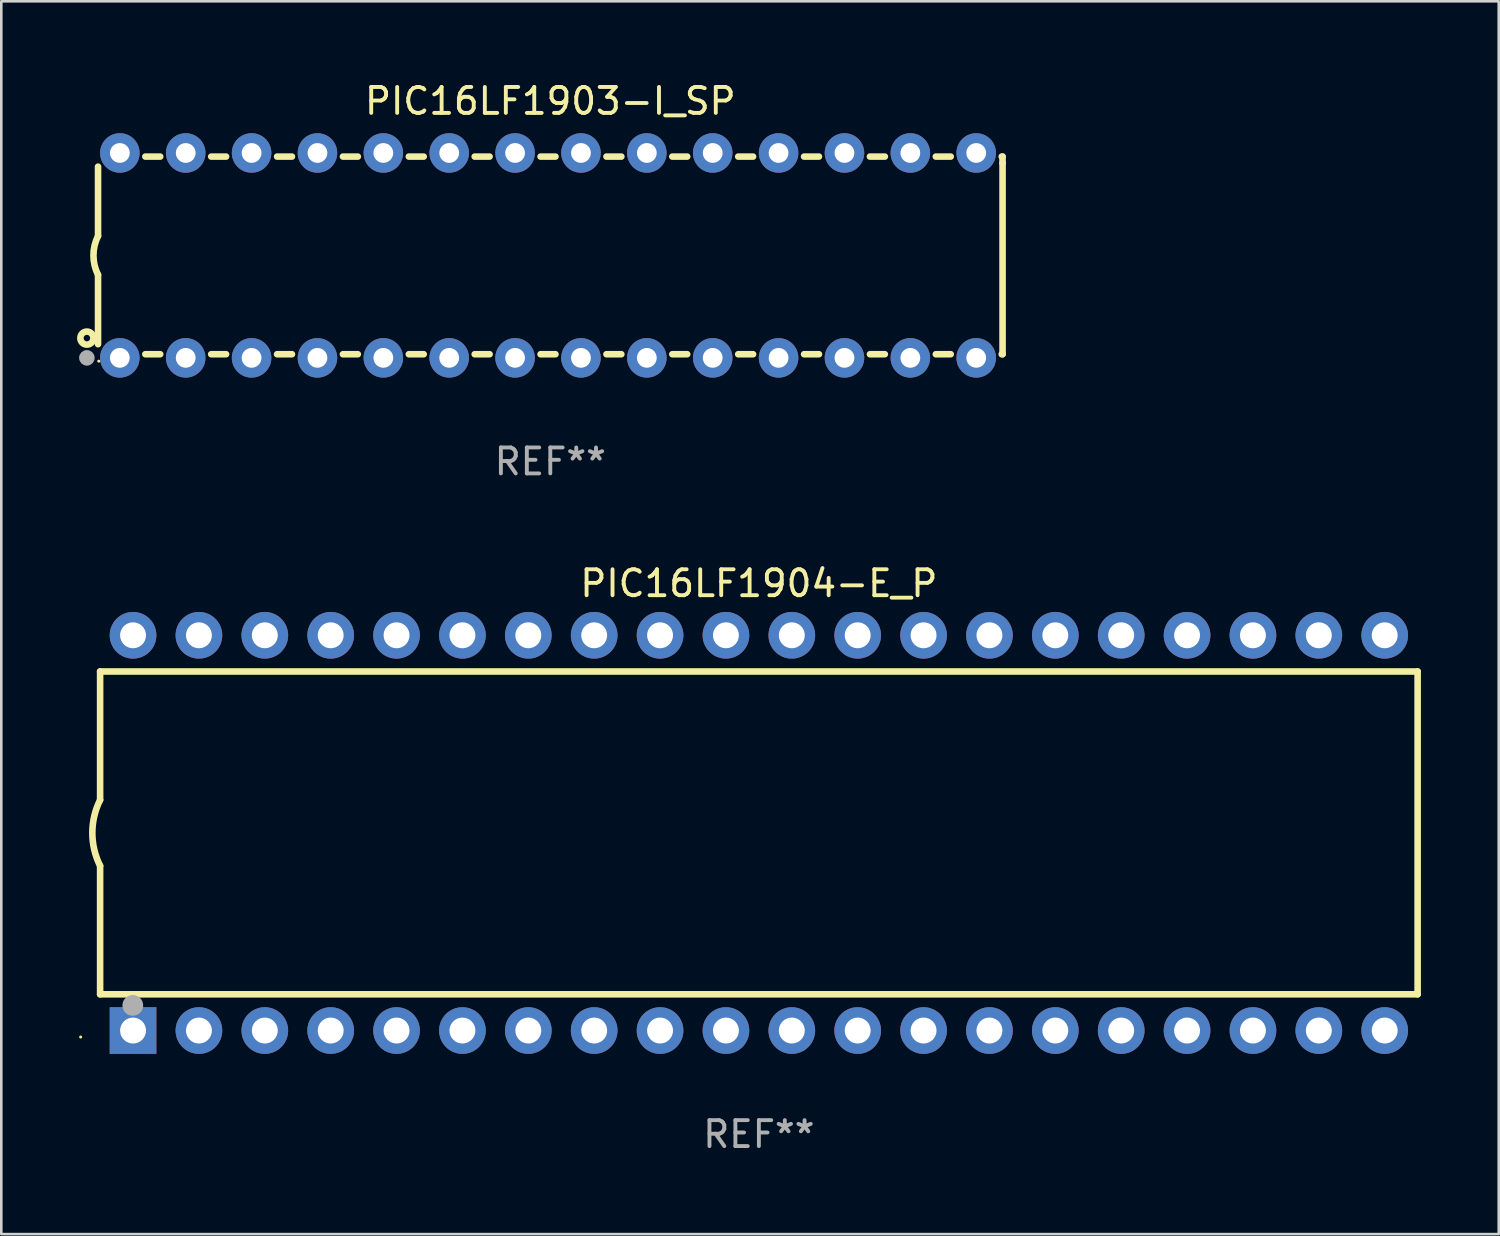
<source format=kicad_pcb>
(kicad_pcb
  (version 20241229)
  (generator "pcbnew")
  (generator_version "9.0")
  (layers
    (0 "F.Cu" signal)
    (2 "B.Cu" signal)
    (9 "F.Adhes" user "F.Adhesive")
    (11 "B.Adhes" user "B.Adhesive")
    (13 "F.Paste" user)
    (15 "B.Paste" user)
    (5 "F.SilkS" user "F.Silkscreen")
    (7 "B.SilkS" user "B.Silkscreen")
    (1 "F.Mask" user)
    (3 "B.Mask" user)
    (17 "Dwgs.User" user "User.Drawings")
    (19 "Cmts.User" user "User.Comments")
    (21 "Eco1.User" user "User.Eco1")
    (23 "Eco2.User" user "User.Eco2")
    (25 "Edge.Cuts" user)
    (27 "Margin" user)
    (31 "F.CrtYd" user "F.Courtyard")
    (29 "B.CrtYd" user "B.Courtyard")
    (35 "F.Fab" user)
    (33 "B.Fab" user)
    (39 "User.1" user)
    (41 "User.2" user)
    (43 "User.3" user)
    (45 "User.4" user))
  (footprint "PIC16LF1904-E_P"
    (layer "F.Cu")
    (at 26.21 29.065)
    (property "Reference" "PIC16LF1904-E_P" (at 0 -9.62 0) (layer "F.SilkS") (effects (font (size 1 1) (thickness 0.15))))
    (attr through_hole)
    (fp_line (start -25.4 -6.224) (end -25.4 -1.271) (stroke (width 0.254) (type solid)) (layer "F.SilkS"))
    (fp_line (start -25.4 -6.224) (end 25.4 -6.224) (stroke (width 0.254) (type solid)) (layer "F.SilkS"))
    (fp_line (start -25.4 1.269) (end -25.4 6.222) (stroke (width 0.254) (type solid)) (layer "F.SilkS"))
    (fp_line (start -25.4 6.222) (end 25.4 6.222) (stroke (width 0.254) (type solid)) (layer "F.SilkS"))
    (fp_line (start 25.4 6.222) (end 25.4 -6.224) (stroke (width 0.254) (type solid)) (layer "F.SilkS"))
    (fp_arc (start -25.4 1.269241) (mid -25.699807 -0.000762) (end -25.4 -1.270765) (stroke (width 0.254001) (type solid)) (layer "F.SilkS"))
    (fp_circle (center -26.15 7.87) (end -26.12 7.87) (stroke (width 0.06) (type solid)) (fill no) (layer "F.SilkS"))
    (fp_circle (center -24.14 6.65) (end -23.94 6.65) (stroke (width 0.4) (type solid)) (fill no) (layer "F.Fab"))
    (fp_text user "REF**" (at 0 11.62 0) (layer "F.Fab") (effects (font (size 1 1) (thickness 0.15))))
    (pad "1" thru_hole rect (at -24.13 7.62 90) (size 1.8 1.8) (drill 1) (layers "*.Cu" "*.Mask"))
    (pad "2" thru_hole circle (at -21.59 7.62) (size 1.8 1.8) (drill 1) (layers "*.Cu" "*.Mask"))
    (pad "3" thru_hole circle (at -19.05 7.62) (size 1.8 1.8) (drill 1) (layers "*.Cu" "*.Mask"))
    (pad "4" thru_hole circle (at -16.51 7.62) (size 1.8 1.8) (drill 1) (layers "*.Cu" "*.Mask"))
    (pad "5" thru_hole circle (at -13.97 7.62) (size 1.8 1.8) (drill 1) (layers "*.Cu" "*.Mask"))
    (pad "6" thru_hole circle (at -11.43 7.62) (size 1.8 1.8) (drill 1) (layers "*.Cu" "*.Mask"))
    (pad "7" thru_hole circle (at -8.89 7.62) (size 1.8 1.8) (drill 1) (layers "*.Cu" "*.Mask"))
    (pad "8" thru_hole circle (at -6.35 7.62) (size 1.8 1.8) (drill 1) (layers "*.Cu" "*.Mask"))
    (pad "9" thru_hole circle (at -3.81 7.62) (size 1.8 1.8) (drill 1) (layers "*.Cu" "*.Mask"))
    (pad "10" thru_hole circle (at -1.27 7.62) (size 1.8 1.8) (drill 1) (layers "*.Cu" "*.Mask"))
    (pad "11" thru_hole circle (at 1.27 7.62) (size 1.8 1.8) (drill 1) (layers "*.Cu" "*.Mask"))
    (pad "12" thru_hole circle (at 3.81 7.62) (size 1.8 1.8) (drill 1) (layers "*.Cu" "*.Mask"))
    (pad "13" thru_hole circle (at 6.35 7.62) (size 1.8 1.8) (drill 1) (layers "*.Cu" "*.Mask"))
    (pad "14" thru_hole circle (at 8.89 7.62) (size 1.8 1.8) (drill 1) (layers "*.Cu" "*.Mask"))
    (pad "15" thru_hole circle (at 11.43 7.62) (size 1.8 1.8) (drill 1) (layers "*.Cu" "*.Mask"))
    (pad "16" thru_hole circle (at 13.97 7.62) (size 1.8 1.8) (drill 1) (layers "*.Cu" "*.Mask"))
    (pad "17" thru_hole circle (at 16.51 7.62) (size 1.8 1.8) (drill 1) (layers "*.Cu" "*.Mask"))
    (pad "18" thru_hole circle (at 19.05 7.62) (size 1.8 1.8) (drill 1) (layers "*.Cu" "*.Mask"))
    (pad "19" thru_hole circle (at 21.59 7.62) (size 1.8 1.8) (drill 1) (layers "*.Cu" "*.Mask"))
    (pad "20" thru_hole circle (at 24.13 7.62) (size 1.8 1.8) (drill 1) (layers "*.Cu" "*.Mask"))
    (pad "21" thru_hole circle (at 24.13 -7.62) (size 1.8 1.8) (drill 1) (layers "*.Cu" "*.Mask"))
    (pad "22" thru_hole circle (at 21.59 -7.62) (size 1.8 1.8) (drill 1) (layers "*.Cu" "*.Mask"))
    (pad "23" thru_hole circle (at 19.05 -7.62) (size 1.8 1.8) (drill 1) (layers "*.Cu" "*.Mask"))
    (pad "24" thru_hole circle (at 16.51 -7.62) (size 1.8 1.8) (drill 1) (layers "*.Cu" "*.Mask"))
    (pad "25" thru_hole circle (at 13.97 -7.62) (size 1.8 1.8) (drill 1) (layers "*.Cu" "*.Mask"))
    (pad "26" thru_hole circle (at 11.43 -7.62) (size 1.8 1.8) (drill 1) (layers "*.Cu" "*.Mask"))
    (pad "27" thru_hole circle (at 8.89 -7.62) (size 1.8 1.8) (drill 1) (layers "*.Cu" "*.Mask"))
    (pad "28" thru_hole circle (at 6.35 -7.62) (size 1.8 1.8) (drill 1) (layers "*.Cu" "*.Mask"))
    (pad "29" thru_hole circle (at 3.81 -7.62) (size 1.8 1.8) (drill 1) (layers "*.Cu" "*.Mask"))
    (pad "30" thru_hole circle (at 1.27 -7.62) (size 1.8 1.8) (drill 1) (layers "*.Cu" "*.Mask"))
    (pad "31" thru_hole circle (at -1.27 -7.62) (size 1.8 1.8) (drill 1) (layers "*.Cu" "*.Mask"))
    (pad "32" thru_hole circle (at -3.81 -7.62) (size 1.8 1.8) (drill 1) (layers "*.Cu" "*.Mask"))
    (pad "33" thru_hole circle (at -6.35 -7.62) (size 1.8 1.8) (drill 1) (layers "*.Cu" "*.Mask"))
    (pad "34" thru_hole circle (at -8.89 -7.62) (size 1.8 1.8) (drill 1) (layers "*.Cu" "*.Mask"))
    (pad "35" thru_hole circle (at -11.43 -7.62) (size 1.8 1.8) (drill 1) (layers "*.Cu" "*.Mask"))
    (pad "36" thru_hole circle (at -13.97 -7.62) (size 1.8 1.8) (drill 1) (layers "*.Cu" "*.Mask"))
    (pad "37" thru_hole circle (at -16.51 -7.62) (size 1.8 1.8) (drill 1) (layers "*.Cu" "*.Mask"))
    (pad "38" thru_hole circle (at -19.05 -7.62) (size 1.8 1.8) (drill 1) (layers "*.Cu" "*.Mask"))
    (pad "39" thru_hole circle (at -21.59 -7.62) (size 1.8 1.8) (drill 1) (layers "*.Cu" "*.Mask"))
    (pad "40" thru_hole circle (at -24.13 -7.62) (size 1.8 1.8) (drill 1) (layers "*.Cu" "*.Mask")))
  (footprint "PIC16LF1903-I_SP"
    (layer "F.Cu")
    (at 18.168 6.798)
    (property "Reference" "PIC16LF1903-I_SP" (at 0 -5.95 0) (layer "F.SilkS") (effects (font (size 1 1) (thickness 0.15))))
    (attr through_hole)
    (fp_line (start -17.438 0.75) (end -17.438 3.423) (stroke (width 0.254) (type solid)) (layer "F.SilkS"))
    (fp_line (start -17.438 -3.423) (end -17.438 -0.75) (stroke (width 0.254) (type solid)) (layer "F.SilkS"))
    (fp_line (start -15.615 3.81) (end -15.041 3.81) (stroke (width 0.254) (type solid)) (layer "F.SilkS"))
    (fp_line (start -15.041 -3.81) (end -15.614 -3.81) (stroke (width 0.254) (type solid)) (layer "F.SilkS"))
    (fp_line (start -13.075 3.81) (end -12.501 3.81) (stroke (width 0.254) (type solid)) (layer "F.SilkS"))
    (fp_line (start -12.501 -3.81) (end -13.074 -3.81) (stroke (width 0.254) (type solid)) (layer "F.SilkS"))
    (fp_line (start -10.535 3.81) (end -9.961 3.81) (stroke (width 0.254) (type solid)) (layer "F.SilkS"))
    (fp_line (start -9.961 -3.81) (end -10.534 -3.81) (stroke (width 0.254) (type solid)) (layer "F.SilkS"))
    (fp_line (start -7.995 3.81) (end -7.421 3.81) (stroke (width 0.254) (type solid)) (layer "F.SilkS"))
    (fp_line (start -7.421 -3.81) (end -7.995 -3.81) (stroke (width 0.254) (type solid)) (layer "F.SilkS"))
    (fp_line (start -5.455 3.81) (end -4.881 3.81) (stroke (width 0.254) (type solid)) (layer "F.SilkS"))
    (fp_line (start -4.881 -3.81) (end -5.455 -3.81) (stroke (width 0.254) (type solid)) (layer "F.SilkS"))
    (fp_line (start -2.915 3.81) (end -2.341 3.81) (stroke (width 0.254) (type solid)) (layer "F.SilkS"))
    (fp_line (start -2.341 -3.81) (end -2.915 -3.81) (stroke (width 0.254) (type solid)) (layer "F.SilkS"))
    (fp_line (start -0.375 3.81) (end 0.199 3.81) (stroke (width 0.254) (type solid)) (layer "F.SilkS"))
    (fp_line (start 0.199 -3.81) (end -0.375 -3.81) (stroke (width 0.254) (type solid)) (layer "F.SilkS"))
    (fp_line (start 2.165 3.81) (end 2.739 3.81) (stroke (width 0.254) (type solid)) (layer "F.SilkS"))
    (fp_line (start 2.739 -3.81) (end 2.165 -3.81) (stroke (width 0.254) (type solid)) (layer "F.SilkS"))
    (fp_line (start 4.705 3.81) (end 5.279 3.81) (stroke (width 0.254) (type solid)) (layer "F.SilkS"))
    (fp_line (start 5.279 -3.81) (end 4.705 -3.81) (stroke (width 0.254) (type solid)) (layer "F.SilkS"))
    (fp_line (start 7.245 3.81) (end 7.819 3.81) (stroke (width 0.254) (type solid)) (layer "F.SilkS"))
    (fp_line (start 7.819 -3.81) (end 7.245 -3.81) (stroke (width 0.254) (type solid)) (layer "F.SilkS"))
    (fp_line (start 9.785 3.81) (end 10.359 3.81) (stroke (width 0.254) (type solid)) (layer "F.SilkS"))
    (fp_line (start 10.359 -3.81) (end 9.785 -3.81) (stroke (width 0.254) (type solid)) (layer "F.SilkS"))
    (fp_line (start 12.325 3.81) (end 12.899 3.81) (stroke (width 0.254) (type solid)) (layer "F.SilkS"))
    (fp_line (start 12.899 -3.81) (end 12.325 -3.81) (stroke (width 0.254) (type solid)) (layer "F.SilkS"))
    (fp_line (start 14.865 3.81) (end 15.439 3.81) (stroke (width 0.254) (type solid)) (layer "F.SilkS"))
    (fp_line (start 15.439 -3.81) (end 14.865 -3.81) (stroke (width 0.254) (type solid)) (layer "F.SilkS"))
    (fp_line (start 17.405 3.81) (end 17.438 3.81) (stroke (width 0.254) (type solid)) (layer "F.SilkS"))
    (fp_line (start 17.438 -3.81) (end 17.405 -3.81) (stroke (width 0.254) (type solid)) (layer "F.SilkS"))
    (fp_line (start 17.438 -3.556) (end 17.438 -3.81) (stroke (width 0.254) (type solid)) (layer "F.SilkS"))
    (fp_line (start 17.438 3.81) (end 17.438 -3.556) (stroke (width 0.254) (type solid)) (layer "F.SilkS"))
    (fp_arc (start -17.437986 0.749657) (mid -17.614887 -0.000024) (end -17.437783 -0.749657) (stroke (width 0.254001) (type solid)) (layer "F.SilkS"))
    (fp_circle (center -17.868 3.188) (end -17.743 3.188) (stroke (width 0.254) (type solid)) (fill no) (layer "F.SilkS"))
    (fp_circle (center -17.411 4.077) (end -17.381 4.077) (stroke (width 0.06) (type solid)) (fill no) (layer "F.SilkS"))
    (fp_circle (center -17.868 3.95) (end -17.718 3.95) (stroke (width 0.3) (type solid)) (fill no) (layer "F.Fab"))
    (fp_text user "REF**" (at 0 7.95 0) (layer "F.Fab") (effects (font (size 1 1) (thickness 0.15))))
    (pad "1" thru_hole circle (at -16.598 3.95) (size 1.524 1.524) (drill 0.762) (layers "*.Cu" "*.Mask"))
    (pad "2" thru_hole circle (at -14.058 3.95) (size 1.524 1.524) (drill 0.762) (layers "*.Cu" "*.Mask"))
    (pad "3" thru_hole circle (at -11.518 3.95) (size 1.524 1.524) (drill 0.762) (layers "*.Cu" "*.Mask"))
    (pad "4" thru_hole circle (at -8.978 3.95) (size 1.524 1.524) (drill 0.762) (layers "*.Cu" "*.Mask"))
    (pad "5" thru_hole circle (at -6.438 3.95) (size 1.524 1.524) (drill 0.762) (layers "*.Cu" "*.Mask"))
    (pad "6" thru_hole circle (at -3.898 3.95) (size 1.524 1.524) (drill 0.762) (layers "*.Cu" "*.Mask"))
    (pad "7" thru_hole circle (at -1.358 3.95) (size 1.524 1.524) (drill 0.762) (layers "*.Cu" "*.Mask"))
    (pad "8" thru_hole circle (at 1.182 3.95) (size 1.524 1.524) (drill 0.762) (layers "*.Cu" "*.Mask"))
    (pad "9" thru_hole circle (at 3.722 3.95) (size 1.524 1.524) (drill 0.762) (layers "*.Cu" "*.Mask"))
    (pad "10" thru_hole circle (at 6.262 3.95) (size 1.524 1.524) (drill 0.762) (layers "*.Cu" "*.Mask"))
    (pad "11" thru_hole circle (at 8.802 3.95) (size 1.524 1.524) (drill 0.762) (layers "*.Cu" "*.Mask"))
    (pad "12" thru_hole circle (at 11.342 3.95) (size 1.524 1.524) (drill 0.762) (layers "*.Cu" "*.Mask"))
    (pad "13" thru_hole circle (at 13.882 3.95) (size 1.524 1.524) (drill 0.762) (layers "*.Cu" "*.Mask"))
    (pad "14" thru_hole circle (at 16.422 3.95) (size 1.524 1.524) (drill 0.762) (layers "*.Cu" "*.Mask"))
    (pad "15" thru_hole circle (at 16.422 -3.95) (size 1.524 1.524) (drill 0.762) (layers "*.Cu" "*.Mask"))
    (pad "16" thru_hole circle (at 13.882 -3.95) (size 1.524 1.524) (drill 0.762) (layers "*.Cu" "*.Mask"))
    (pad "17" thru_hole circle (at 11.342 -3.95) (size 1.524 1.524) (drill 0.762) (layers "*.Cu" "*.Mask"))
    (pad "18" thru_hole circle (at 8.802 -3.95) (size 1.524 1.524) (drill 0.762) (layers "*.Cu" "*.Mask"))
    (pad "19" thru_hole circle (at 6.262 -3.95) (size 1.524 1.524) (drill 0.762) (layers "*.Cu" "*.Mask"))
    (pad "20" thru_hole circle (at 3.722 -3.95) (size 1.524 1.524) (drill 0.762) (layers "*.Cu" "*.Mask"))
    (pad "21" thru_hole circle (at 1.182 -3.95) (size 1.524 1.524) (drill 0.762) (layers "*.Cu" "*.Mask"))
    (pad "22" thru_hole circle (at -1.358 -3.95) (size 1.524 1.524) (drill 0.762) (layers "*.Cu" "*.Mask"))
    (pad "23" thru_hole circle (at -3.898 -3.95) (size 1.524 1.524) (drill 0.762) (layers "*.Cu" "*.Mask"))
    (pad "24" thru_hole circle (at -6.438 -3.95) (size 1.524 1.524) (drill 0.762) (layers "*.Cu" "*.Mask"))
    (pad "25" thru_hole circle (at -8.978 -3.95) (size 1.524 1.524) (drill 0.762) (layers "*.Cu" "*.Mask"))
    (pad "26" thru_hole circle (at -11.517 -3.95) (size 1.524 1.524) (drill 0.762) (layers "*.Cu" "*.Mask"))
    (pad "27" thru_hole circle (at -14.057 -3.95) (size 1.524 1.524) (drill 0.762) (layers "*.Cu" "*.Mask"))
    (pad "28" thru_hole circle (at -16.597 -3.95) (size 1.524 1.524) (drill 0.762) (layers "*.Cu" "*.Mask")))
  (gr_rect
    (start -3 -3)
    (end 54.737 44.533)
    (stroke (width 0.1) (type default))
    (fill no)
    (layer "Edge.Cuts")))
</source>
